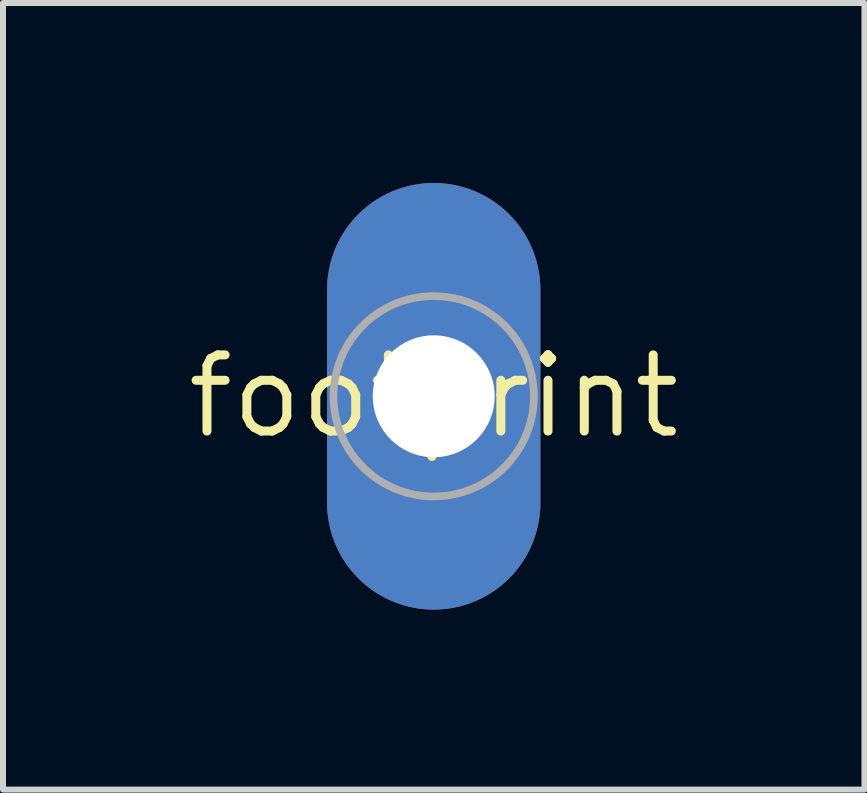
<source format=kicad_pcb>
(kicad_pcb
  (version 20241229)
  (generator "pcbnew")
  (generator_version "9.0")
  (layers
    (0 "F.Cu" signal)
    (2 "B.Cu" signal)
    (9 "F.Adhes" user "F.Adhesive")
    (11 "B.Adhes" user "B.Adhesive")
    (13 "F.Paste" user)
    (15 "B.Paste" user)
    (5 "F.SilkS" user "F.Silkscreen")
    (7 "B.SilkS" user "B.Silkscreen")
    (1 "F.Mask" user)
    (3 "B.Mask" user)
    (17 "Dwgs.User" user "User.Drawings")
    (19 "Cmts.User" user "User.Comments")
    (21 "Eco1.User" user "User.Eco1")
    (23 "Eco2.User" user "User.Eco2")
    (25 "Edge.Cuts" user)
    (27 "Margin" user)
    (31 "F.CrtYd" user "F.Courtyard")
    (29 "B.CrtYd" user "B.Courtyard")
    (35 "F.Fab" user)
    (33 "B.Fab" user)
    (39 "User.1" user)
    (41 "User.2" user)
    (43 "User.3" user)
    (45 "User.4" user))
  (footprint "footprint"
    (layer "F.Cu")
    (at 4.18 3.556)
    (property "Reference" "footprint" (at 0 0 0) (layer "F.SilkS") (effects (font (size 1.27 1.27) (thickness 0.15))))
    (fp_circle (center 0 0) (end 1.67 0) (stroke (width 0.127) (type solid)) (fill no) (layer "F.Fab"))
    (pad "1" thru_hole oval (at 0 0 90) (size 7.112 3.556) (drill 2.032) (layers "*.Cu" "*.Mask")))
  (gr_rect
    (start -3 -3)
    (end 11.36 10.112)
    (stroke (width 0.1) (type default))
    (fill no)
    (layer "Edge.Cuts")))
</source>
